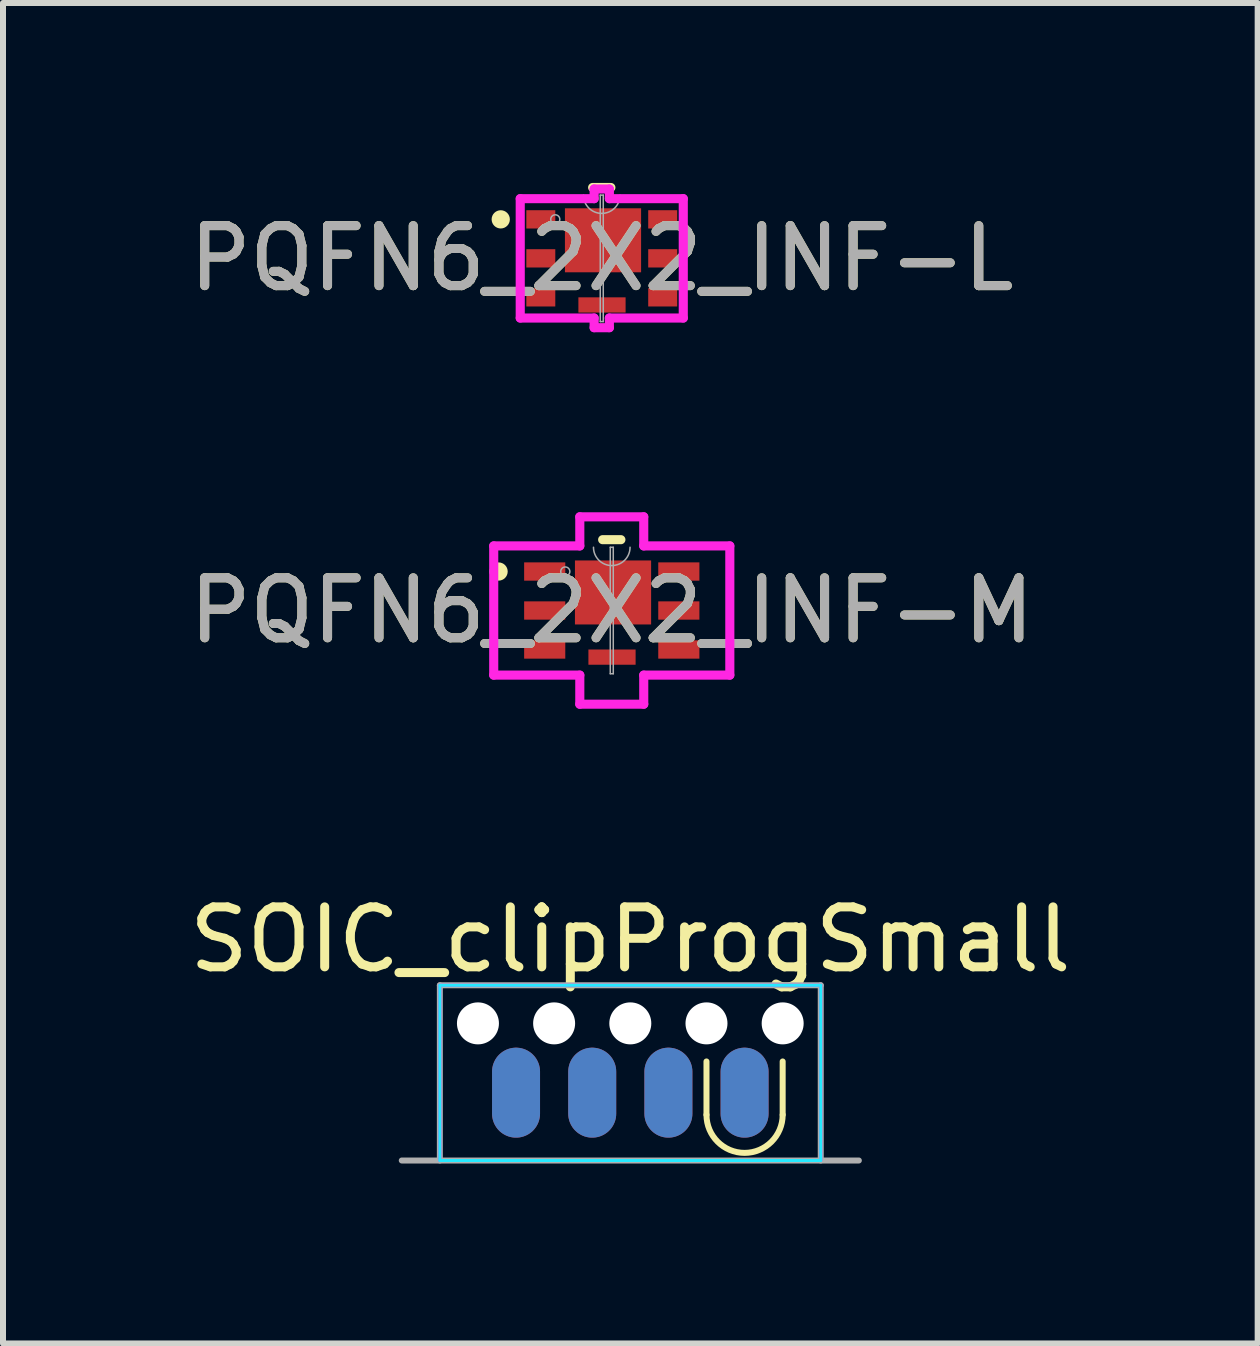
<source format=kicad_pcb>
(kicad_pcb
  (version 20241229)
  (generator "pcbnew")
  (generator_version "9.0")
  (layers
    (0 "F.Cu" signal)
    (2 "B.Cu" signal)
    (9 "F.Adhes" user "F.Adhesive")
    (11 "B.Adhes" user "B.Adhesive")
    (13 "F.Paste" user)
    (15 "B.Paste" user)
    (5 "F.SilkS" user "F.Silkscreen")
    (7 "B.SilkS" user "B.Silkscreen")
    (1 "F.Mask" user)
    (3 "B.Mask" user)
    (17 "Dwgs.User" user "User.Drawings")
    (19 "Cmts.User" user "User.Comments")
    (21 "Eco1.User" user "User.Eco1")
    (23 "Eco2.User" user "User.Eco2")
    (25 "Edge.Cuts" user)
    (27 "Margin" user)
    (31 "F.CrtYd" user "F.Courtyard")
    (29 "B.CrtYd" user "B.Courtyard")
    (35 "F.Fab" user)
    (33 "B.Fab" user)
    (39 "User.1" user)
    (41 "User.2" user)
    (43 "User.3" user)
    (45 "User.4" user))
  (footprint "PQFN6_2X2_INF-M"
    (layer "F.Cu")
    (at 7.149 7.128)
    (property "Reference" "PQFN6_2X2_INF-M" (at 0 0 0) (unlocked yes) (layer "F.SilkS") (effects (font (size 1 1) (thickness 0.15))))
    (attr smd)
    (fp_line (start 0.152 -1.181) (end -0.152 -1.181) (stroke (width 0.152) (type solid)) (layer "F.SilkS"))
    (fp_circle (center -1.887 -0.65) (end -1.811 -0.65) (stroke (width 0.152) (type solid)) (fill no) (layer "F.SilkS"))
    (fp_line (start -1.968 -1.077) (end -0.533 -1.077) (stroke (width 0.152) (type solid)) (layer "F.CrtYd"))
    (fp_line (start -1.968 1.077) (end -1.968 -1.077) (stroke (width 0.152) (type solid)) (layer "F.CrtYd"))
    (fp_line (start -1.968 1.077) (end -0.533 1.077) (stroke (width 0.152) (type solid)) (layer "F.CrtYd"))
    (fp_line (start -0.533 -1.562) (end 0.533 -1.562) (stroke (width 0.152) (type solid)) (layer "F.CrtYd"))
    (fp_line (start -0.533 -1.077) (end -0.533 -1.562) (stroke (width 0.152) (type solid)) (layer "F.CrtYd"))
    (fp_line (start -0.533 1.562) (end -0.533 1.077) (stroke (width 0.152) (type solid)) (layer "F.CrtYd"))
    (fp_line (start 0.533 -1.562) (end 0.533 -1.077) (stroke (width 0.152) (type solid)) (layer "F.CrtYd"))
    (fp_line (start 0.533 1.077) (end 0.533 1.562) (stroke (width 0.152) (type solid)) (layer "F.CrtYd"))
    (fp_line (start 0.533 1.562) (end -0.533 1.562) (stroke (width 0.152) (type solid)) (layer "F.CrtYd"))
    (fp_line (start 1.968 -1.077) (end 0.533 -1.077) (stroke (width 0.152) (type solid)) (layer "F.CrtYd"))
    (fp_line (start 1.968 -1.077) (end 1.968 1.077) (stroke (width 0.152) (type solid)) (layer "F.CrtYd"))
    (fp_line (start 1.968 1.077) (end 0.533 1.077) (stroke (width 0.152) (type solid)) (layer "F.CrtYd"))
    (fp_line (start -0.025 -1.054) (end -0.025 1.054) (stroke (width 0.025) (type solid)) (layer "F.Fab"))
    (fp_line (start -0.025 1.054) (end 0.025 1.054) (stroke (width 0.025) (type solid)) (layer "F.Fab"))
    (fp_line (start 0.025 -1.054) (end -0.025 -1.054) (stroke (width 0.025) (type solid)) (layer "F.Fab"))
    (fp_line (start 0.025 1.054) (end 0.025 -1.054) (stroke (width 0.025) (type solid)) (layer "F.Fab"))
    (fp_arc (start 0.3048 -1.0541) (mid 0 -0.7493) (end -0.3048 -1.0541) (stroke (width 0.0254) (type solid)) (layer "F.Fab"))
    (fp_circle (center -0.775 -0.65) (end -0.699 -0.65) (stroke (width 0.025) (type solid)) (fill no) (layer "F.Fab"))
    (fp_text user "${REFERENCE}" (at 0 0 0) (unlocked yes) (layer "F.Fab") (effects (font (size 1 1) (thickness 0.15))))
    (pad "1" smd rect (at -1.118 -0.65) (size 0.686 0.305) (layers "F.Cu" "F.Mask" "F.Paste"))
    (pad "2" smd rect (at -1.118 0) (size 0.686 0.305) (layers "F.Cu" "F.Mask" "F.Paste"))
    (pad "3" smd rect (at -1.118 0.65) (size 0.686 0.305) (layers "F.Cu" "F.Mask" "F.Paste"))
    (pad "4" smd rect (at 1.118 0.65) (size 0.686 0.305) (layers "F.Cu" "F.Mask" "F.Paste"))
    (pad "5" smd rect (at 1.118 0) (size 0.686 0.305) (layers "F.Cu" "F.Mask" "F.Paste"))
    (pad "6" smd rect (at 1.118 -0.65) (size 0.686 0.305) (layers "F.Cu" "F.Mask" "F.Paste"))
    (pad "7" smd rect (at 0.021 -0.301) (size 1.27 1.067) (layers "F.Cu" "F.Mask" "F.Paste"))
    (pad "8" smd rect (at 0.004 0.777) (size 0.787 0.254) (layers "F.Cu" "F.Mask" "F.Paste")))
  (footprint "SOIC_clipProgSmall"
    (layer "F.Cu")
    (at 7.458 15.916)
    (property "Reference" "SOIC_clipProgSmall" (at 0 -3.302 0) (layer "F.SilkS") (effects (font (size 1 1) (thickness 0.15))))
    (attr smd)
    (fp_line (start 1.27 -0.381) (end 1.27 -1.27) (stroke (width 0.1) (type solid)) (layer "F.SilkS"))
    (fp_line (start 2.54 -0.381) (end 2.54 -1.27) (stroke (width 0.1) (type solid)) (layer "F.SilkS"))
    (fp_arc (start 2.54 -0.381) (mid 1.905 0.254) (end 1.27 -0.381) (stroke (width 0.1) (type solid)) (layer "F.SilkS"))
    (fp_line (start -3.175 -2.54) (end 3.175 -2.54) (stroke (width 0.05) (type solid)) (layer "B.CrtYd"))
    (fp_line (start -3.175 0.381) (end -3.175 -2.54) (stroke (width 0.05) (type solid)) (layer "B.CrtYd"))
    (fp_line (start 3.175 -2.54) (end 3.175 0.381) (stroke (width 0.05) (type solid)) (layer "B.CrtYd"))
    (fp_line (start 3.175 0.381) (end -3.175 0.381) (stroke (width 0.05) (type solid)) (layer "B.CrtYd"))
    (fp_line (start -3.175 -2.54) (end -3.175 0.381) (stroke (width 0.05) (type solid)) (layer "F.CrtYd"))
    (fp_line (start -3.175 0.381) (end 3.175 0.381) (stroke (width 0.05) (type solid)) (layer "F.CrtYd"))
    (fp_line (start 3.175 -2.54) (end -3.175 -2.54) (stroke (width 0.05) (type solid)) (layer "F.CrtYd"))
    (fp_line (start 3.175 0.381) (end 3.175 -2.54) (stroke (width 0.05) (type solid)) (layer "F.CrtYd"))
    (fp_line (start -3.81 0.381) (end 3.81 0.381) (stroke (width 0.1) (type solid)) (layer "F.Fab"))
    (fp_line (start -3.175 -2.54) (end -3.175 0.381) (stroke (width 0.1) (type solid)) (layer "F.Fab"))
    (fp_line (start 3.175 -2.54) (end -3.175 -2.54) (stroke (width 0.1) (type solid)) (layer "F.Fab"))
    (fp_line (start 3.175 0.381) (end 3.175 -2.54) (stroke (width 0.1) (type solid)) (layer "F.Fab"))
    (pad "" np_thru_hole circle (at -2.54 -1.905) (size 0.7 0.7) (drill 0.7) (layers "*.Cu" "*.Mask"))
    (pad "" np_thru_hole circle (at -1.27 -1.905) (size 0.7 0.7) (drill 0.7) (layers "*.Cu" "*.Mask"))
    (pad "" np_thru_hole circle (at 0 -1.905) (size 0.7 0.7) (drill 0.7) (layers "*.Cu" "*.Mask"))
    (pad "" np_thru_hole circle (at 1.27 -1.905) (size 0.7 0.7) (drill 0.7) (layers "*.Cu" "*.Mask"))
    (pad "" np_thru_hole circle (at 2.54 -1.905) (size 0.7 0.7) (drill 0.7) (layers "*.Cu" "*.Mask"))
    (pad "1" smd oval (at 1.905 -0.75) (size 0.8 1.5) (layers "F.Cu" "F.Mask"))
    (pad "2" smd oval (at 0.635 -0.75) (size 0.8 1.5) (layers "F.Cu" "F.Mask"))
    (pad "3" smd oval (at -0.635 -0.75) (size 0.8 1.5) (layers "F.Cu" "F.Mask"))
    (pad "4" smd oval (at -1.905 -0.75) (size 0.8 1.5) (layers "F.Cu" "F.Mask"))
    (pad "5" smd oval (at -1.905 -0.75) (size 0.8 1.5) (layers "B.Cu" "B.Mask"))
    (pad "6" smd oval (at -0.635 -0.75) (size 0.8 1.5) (layers "B.Cu" "B.Mask"))
    (pad "7" smd oval (at 0.635 -0.75) (size 0.8 1.5) (layers "B.Cu" "B.Mask"))
    (pad "8" smd oval (at 1.905 -0.75) (size 0.8 1.5) (layers "B.Cu" "B.Mask")))
  (footprint "PQFN6_2X2_INF-L"
    (layer "F.Cu")
    (at 6.982 1.257)
    (property "Reference" "PQFN6_2X2_INF-L" (at 0 0 0) (unlocked yes) (layer "F.SilkS") (effects (font (size 1 1) (thickness 0.15))))
    (attr smd)
    (fp_line (start 0.152 -1.181) (end -0.152 -1.181) (stroke (width 0.152) (type solid)) (layer "F.SilkS"))
    (fp_circle (center -1.684 -0.65) (end -1.608 -0.65) (stroke (width 0.152) (type solid)) (fill no) (layer "F.SilkS"))
    (fp_line (start -1.359 -0.995) (end -0.127 -0.995) (stroke (width 0.152) (type solid)) (layer "F.CrtYd"))
    (fp_line (start -1.359 0.995) (end -1.359 -0.995) (stroke (width 0.152) (type solid)) (layer "F.CrtYd"))
    (fp_line (start -1.359 0.995) (end -0.127 0.995) (stroke (width 0.152) (type solid)) (layer "F.CrtYd"))
    (fp_line (start -0.127 -1.156) (end 0.127 -1.156) (stroke (width 0.152) (type solid)) (layer "F.CrtYd"))
    (fp_line (start -0.127 -0.995) (end -0.127 -1.156) (stroke (width 0.152) (type solid)) (layer "F.CrtYd"))
    (fp_line (start -0.127 1.156) (end -0.127 0.995) (stroke (width 0.152) (type solid)) (layer "F.CrtYd"))
    (fp_line (start 0.127 -1.156) (end 0.127 -0.995) (stroke (width 0.152) (type solid)) (layer "F.CrtYd"))
    (fp_line (start 0.127 0.995) (end 0.127 1.156) (stroke (width 0.152) (type solid)) (layer "F.CrtYd"))
    (fp_line (start 0.127 1.156) (end -0.127 1.156) (stroke (width 0.152) (type solid)) (layer "F.CrtYd"))
    (fp_line (start 1.359 -0.995) (end 0.127 -0.995) (stroke (width 0.152) (type solid)) (layer "F.CrtYd"))
    (fp_line (start 1.359 -0.995) (end 1.359 0.995) (stroke (width 0.152) (type solid)) (layer "F.CrtYd"))
    (fp_line (start 1.359 0.995) (end 0.127 0.995) (stroke (width 0.152) (type solid)) (layer "F.CrtYd"))
    (fp_line (start -0.025 -1.054) (end -0.025 1.054) (stroke (width 0.025) (type solid)) (layer "F.Fab"))
    (fp_line (start -0.025 1.054) (end 0.025 1.054) (stroke (width 0.025) (type solid)) (layer "F.Fab"))
    (fp_line (start 0.025 -1.054) (end -0.025 -1.054) (stroke (width 0.025) (type solid)) (layer "F.Fab"))
    (fp_line (start 0.025 1.054) (end 0.025 -1.054) (stroke (width 0.025) (type solid)) (layer "F.Fab"))
    (fp_arc (start 0.3048 -1.0541) (mid 0 -0.7493) (end -0.3048 -1.0541) (stroke (width 0.0254) (type solid)) (layer "F.Fab"))
    (fp_circle (center -0.775 -0.65) (end -0.699 -0.65) (stroke (width 0.025) (type solid)) (fill no) (layer "F.Fab"))
    (fp_text user "${REFERENCE}" (at 0 0 0) (unlocked yes) (layer "F.Fab") (effects (font (size 1 1) (thickness 0.15))))
    (pad "1" smd rect (at -1.016 -0.65) (size 0.483 0.305) (layers "F.Cu" "F.Mask" "F.Paste"))
    (pad "2" smd rect (at -1.016 0) (size 0.483 0.305) (layers "F.Cu" "F.Mask" "F.Paste"))
    (pad "3" smd rect (at -1.016 0.65) (size 0.483 0.305) (layers "F.Cu" "F.Mask" "F.Paste"))
    (pad "4" smd rect (at 1.016 0.65) (size 0.483 0.305) (layers "F.Cu" "F.Mask" "F.Paste"))
    (pad "5" smd rect (at 1.016 0) (size 0.483 0.305) (layers "F.Cu" "F.Mask" "F.Paste"))
    (pad "6" smd rect (at 1.016 -0.65) (size 0.483 0.305) (layers "F.Cu" "F.Mask" "F.Paste"))
    (pad "7" smd rect (at 0.021 -0.301) (size 1.27 1.067) (layers "F.Cu" "F.Mask" "F.Paste"))
    (pad "8" smd rect (at 0.004 0.777) (size 0.787 0.254) (layers "F.Cu" "F.Mask" "F.Paste")))
  (gr_rect
    (start -3 -3)
    (end 17.917 19.347)
    (stroke (width 0.1) (type default))
    (fill no)
    (layer "Edge.Cuts")))
</source>
